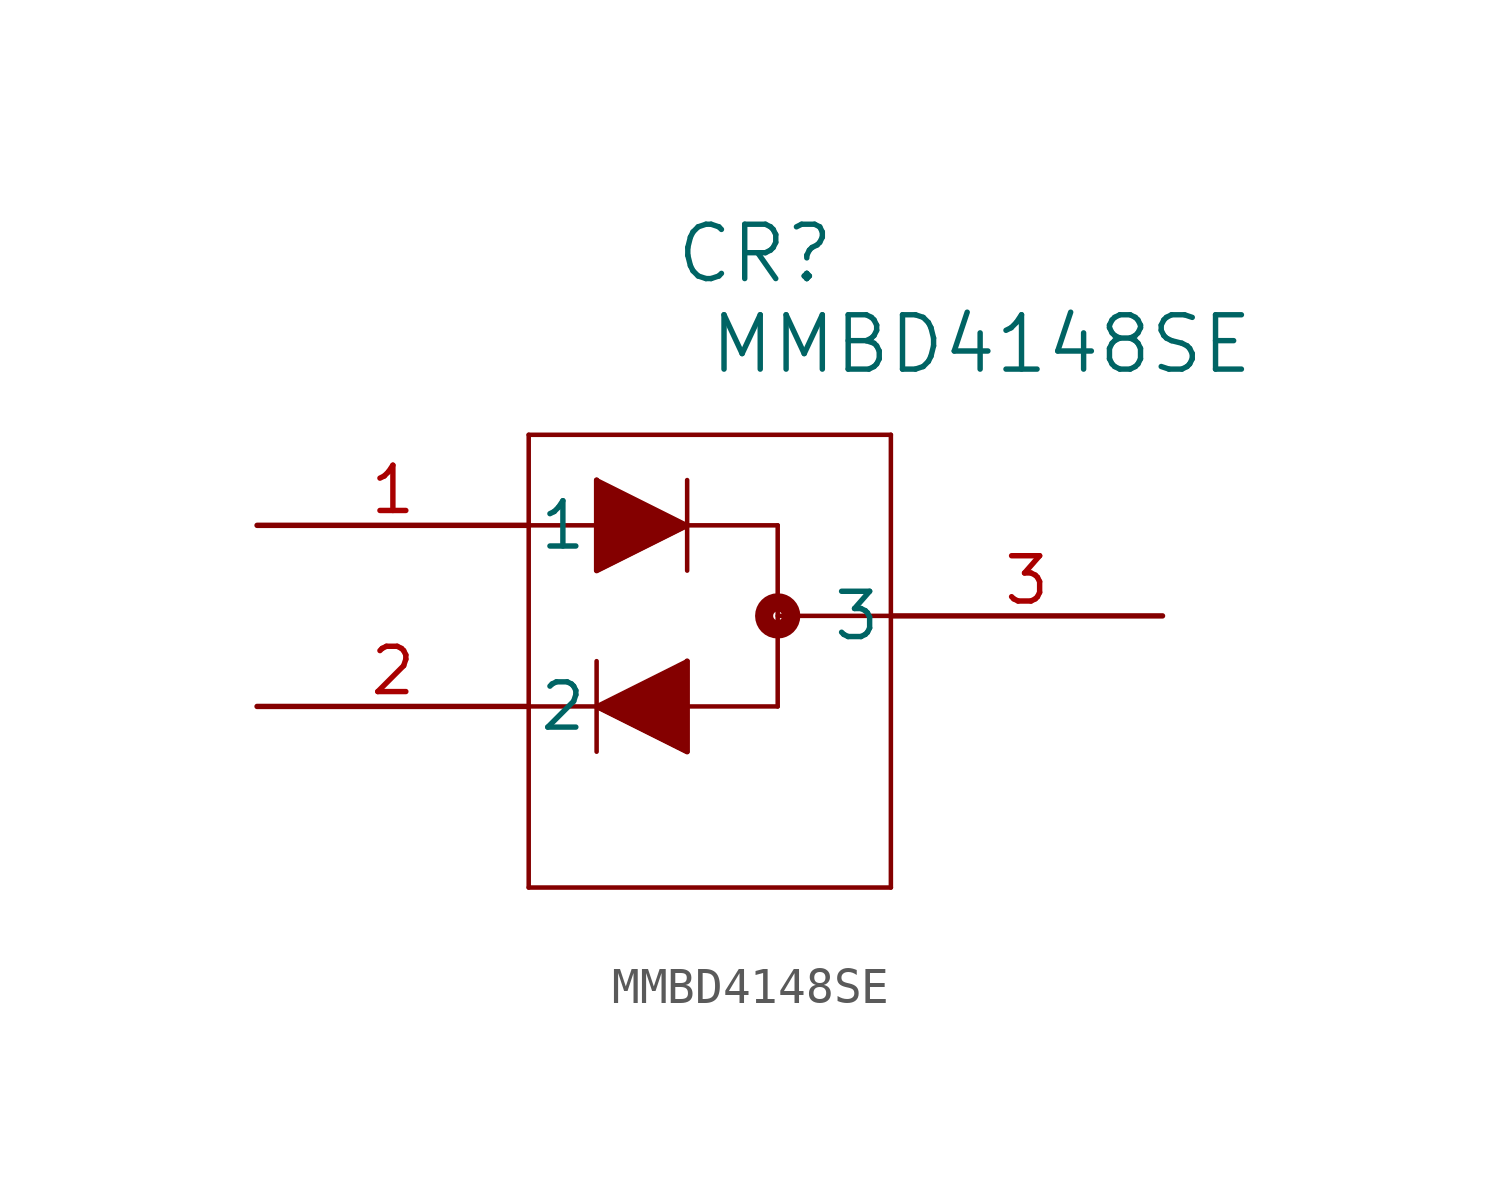
<source format=kicad_sym>
(kicad_symbol_lib
  (version 20211014)
  (generator kicad_symbol_editor)
  (symbol "MMBD4148SE"
    (pin_names
      (offset 0.254))
    (property "Reference" "CR"
      (at 13.97 7.62 0)
      (effects (font (size 1.524 1.524))))
    (property "Value" "MMBD4148SE"
      (at 20.32 5.08 0)
      (effects (font (size 1.524 1.524))))
    (symbol "MMBD4148SE_0_1"
      (polyline (pts (xy 7.62 2.54) (xy 7.62 -10.16)) (stroke (width 0.127) (type default) (color 0 0 0 0)) (fill (type none)))
      (polyline (pts (xy 7.62 -10.16) (xy 17.78 -10.16)) (stroke (width 0.127) (type default) (color 0 0 0 0)) (fill (type none)))
      (polyline (pts (xy 17.78 -10.16) (xy 17.78 2.54)) (stroke (width 0.127) (type default) (color 0 0 0 0)) (fill (type none)))
      (polyline (pts (xy 17.78 2.54) (xy 7.62 2.54)) (stroke (width 0.127) (type default) (color 0 0 0 0)) (fill (type none)))
      (polyline (pts (xy 7.62 0) (xy 14.605 0)) (stroke (width 0.127) (type default) (color 0 0 0 0)) (fill (type none)))
      (polyline (pts (xy 14.605 0) (xy 14.605 -5.08)) (stroke (width 0.127) (type default) (color 0 0 0 0)) (fill (type none)))
      (polyline (pts (xy 7.62 -5.08) (xy 14.605 -5.08)) (stroke (width 0.127) (type default) (color 0 0 0 0)) (fill (type none)))
      (polyline (pts (xy 14.605 -2.54) (xy 17.78 -2.54)) (stroke (width 0.127) (type default) (color 0 0 0 0)) (fill (type none)))
      (polyline (pts (xy 9.525 1.27) (xy 9.525 -1.27)) (stroke (width 0.127) (type default) (color 0 0 0 0)) (fill (type none)))
      (polyline (pts (xy 9.525 1.27) (xy 12.065 0)) (stroke (width 0.127) (type default) (color 0 0 0 0)) (fill (type none)))
      (polyline (pts (xy 12.065 0) (xy 9.525 -1.27)) (stroke (width 0.127) (type default) (color 0 0 0 0)) (fill (type none)))
      (polyline (pts (xy 12.065 1.27) (xy 12.065 -1.27)) (stroke (width 0.127) (type default) (color 0 0 0 0)) (fill (type none)))
      (polyline (pts (xy 9.525 1.27) (xy 9.525 -1.27) (xy 12.065 0)) (stroke (width 0) (type default) (color 0 0 0 0)) (fill (type outline)))
      (polyline (pts (xy 12.065 -3.81) (xy 12.065 -6.35)) (stroke (width 0.127) (type default) (color 0 0 0 0)) (fill (type none)))
      (polyline (pts (xy 12.065 -3.81) (xy 9.525 -5.08)) (stroke (width 0.127) (type default) (color 0 0 0 0)) (fill (type none)))
      (polyline (pts (xy 9.525 -5.08) (xy 12.065 -6.35)) (stroke (width 0.127) (type default) (color 0 0 0 0)) (fill (type none)))
      (polyline (pts (xy 9.525 -3.81) (xy 9.525 -6.35)) (stroke (width 0.127) (type default) (color 0 0 0 0)) (fill (type none)))
      (polyline (pts (xy 12.065 -3.81) (xy 12.065 -6.35) (xy 9.525 -5.08)) (stroke (width 0) (type default) (color 0 0 0 0)) (fill (type outline)))
      (circle (center 14.605 -2.54) (radius 0.127) (stroke (width 0.508) (type default) (color 0 0 0 0)) (fill (type none)))
      (pin unspecified line (at 0 0 0) (length 7.62) (name "1" (effects (font (size 1.27 1.27)))) (number "1" (effects (font (size 1.27 1.27)))))
      (pin unspecified line (at 0 -5.08 0) (length 7.62) (name "2" (effects (font (size 1.27 1.27)))) (number "2" (effects (font (size 1.27 1.27)))))
      (pin unspecified line (at 25.4 -2.54 180) (length 7.62) (name "3" (effects (font (size 1.27 1.27)))) (number "3" (effects (font (size 1.27 1.27))))))))
</source>
